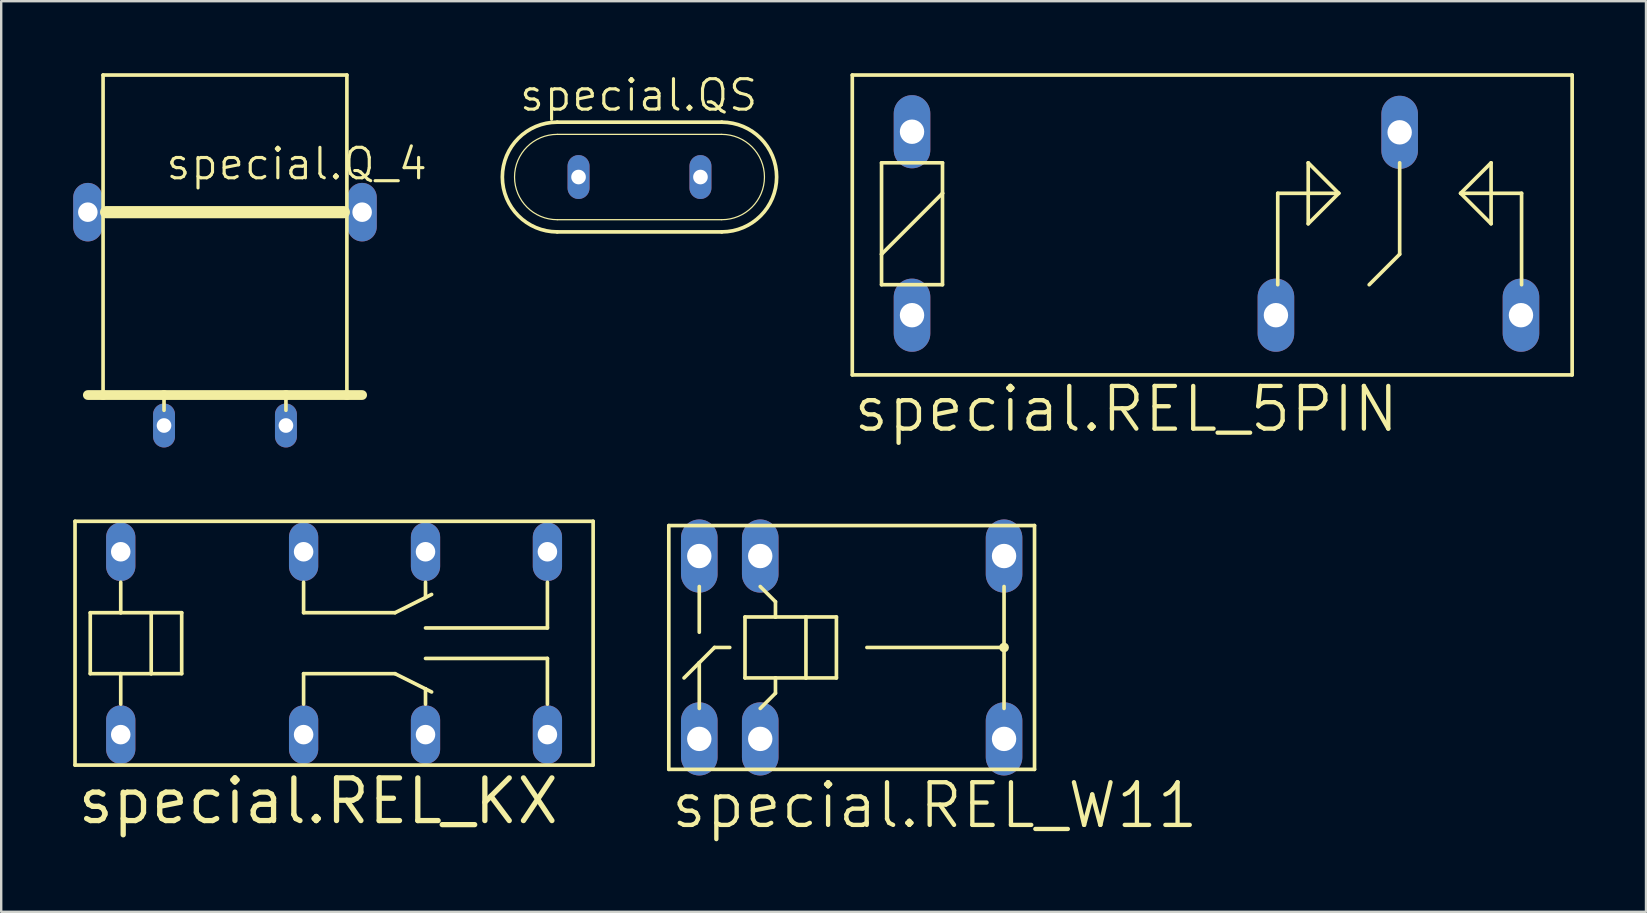
<source format=kicad_pcb>
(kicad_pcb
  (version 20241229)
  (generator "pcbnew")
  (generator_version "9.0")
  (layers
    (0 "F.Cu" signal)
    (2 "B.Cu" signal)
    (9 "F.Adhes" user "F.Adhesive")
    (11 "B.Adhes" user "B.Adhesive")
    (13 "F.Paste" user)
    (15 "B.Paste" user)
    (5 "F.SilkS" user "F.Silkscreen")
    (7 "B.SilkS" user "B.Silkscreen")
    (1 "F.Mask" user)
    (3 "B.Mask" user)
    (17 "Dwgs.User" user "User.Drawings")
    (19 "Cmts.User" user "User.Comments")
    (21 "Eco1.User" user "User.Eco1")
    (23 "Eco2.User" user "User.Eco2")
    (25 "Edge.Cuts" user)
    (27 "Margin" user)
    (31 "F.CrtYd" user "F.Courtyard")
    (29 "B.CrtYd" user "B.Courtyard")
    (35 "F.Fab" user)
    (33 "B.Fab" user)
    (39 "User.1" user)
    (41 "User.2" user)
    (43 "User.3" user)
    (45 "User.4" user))
  (footprint "special.Q_4"
    (layer "F.Cu")
    (at 6.325 7.061)
    (property "Reference" "special.Q_4" (at -2.54 -2.54 0) (layer "F.SilkS") (effects (font (size 1.27 1.27) (thickness 0.13)) (justify left bottom)))
    (attr through_hole)
    (fp_line (start -5.08 6.35) (end -5.715 6.35) (stroke (width 0.406) (type default)) (layer "F.SilkS"))
    (fp_line (start -5.08 6.35) (end -5.08 -6.985) (stroke (width 0.152) (type default)) (layer "F.SilkS"))
    (fp_line (start -4.953 -1.27) (end 4.953 -1.27) (stroke (width 0.508) (type default)) (layer "F.SilkS"))
    (fp_line (start -2.54 6.35) (end -5.08 6.35) (stroke (width 0.406) (type default)) (layer "F.SilkS"))
    (fp_line (start -2.54 6.35) (end -2.54 6.985) (stroke (width 0.152) (type default)) (layer "F.SilkS"))
    (fp_line (start 2.54 6.35) (end -2.54 6.35) (stroke (width 0.406) (type default)) (layer "F.SilkS"))
    (fp_line (start 2.54 6.35) (end 2.54 6.985) (stroke (width 0.152) (type default)) (layer "F.SilkS"))
    (fp_line (start 5.08 -6.985) (end -5.08 -6.985) (stroke (width 0.152) (type default)) (layer "F.SilkS"))
    (fp_line (start 5.08 6.35) (end 2.54 6.35) (stroke (width 0.406) (type default)) (layer "F.SilkS"))
    (fp_line (start 5.08 6.35) (end 5.08 -6.985) (stroke (width 0.152) (type default)) (layer "F.SilkS"))
    (fp_line (start 5.715 6.35) (end 5.08 6.35) (stroke (width 0.406) (type default)) (layer "F.SilkS"))
    (pad "1" thru_hole oval (at -2.54 7.62 90) (size 1.829 0.914) (drill 0.61) (layers "*.Cu" "*.Mask"))
    (pad "2" thru_hole oval (at 2.54 7.62 90) (size 1.829 0.914) (drill 0.61) (layers "*.Cu" "*.Mask"))
    (pad "3" thru_hole oval (at -5.715 -1.27 90) (size 2.438 1.219) (drill 0.813) (layers "*.Cu" "*.Mask"))
    (pad "4" thru_hole oval (at 5.715 -1.27 90) (size 2.438 1.219) (drill 0.813) (layers "*.Cu" "*.Mask")))
  (footprint "special.REL_5PIN"
    (layer "F.Cu")
    (at 46.384 6.274)
    (property "Reference" "special.REL_5PIN" (at -13.97 8.763 0) (layer "F.SilkS") (effects (font (size 1.778 1.778) (thickness 0.18)) (justify left bottom)))
    (attr through_hole)
    (fp_line (start -13.919 -6.198) (end -13.919 6.299) (stroke (width 0.152) (type default)) (layer "F.SilkS"))
    (fp_line (start -13.919 -6.198) (end 16.078 -6.198) (stroke (width 0.152) (type default)) (layer "F.SilkS"))
    (fp_line (start -12.7 -2.54) (end -10.16 -2.54) (stroke (width 0.152) (type default)) (layer "F.SilkS"))
    (fp_line (start -12.7 1.27) (end -12.7 -2.54) (stroke (width 0.152) (type default)) (layer "F.SilkS"))
    (fp_line (start -12.7 1.27) (end -10.16 -1.27) (stroke (width 0.152) (type default)) (layer "F.SilkS"))
    (fp_line (start -12.7 2.54) (end -12.7 1.27) (stroke (width 0.152) (type default)) (layer "F.SilkS"))
    (fp_line (start -10.16 -2.54) (end -10.16 -1.27) (stroke (width 0.152) (type default)) (layer "F.SilkS"))
    (fp_line (start -10.16 -1.27) (end -10.16 2.54) (stroke (width 0.152) (type default)) (layer "F.SilkS"))
    (fp_line (start -10.16 2.54) (end -12.7 2.54) (stroke (width 0.152) (type default)) (layer "F.SilkS"))
    (fp_line (start 3.81 -1.27) (end 6.35 -1.27) (stroke (width 0.152) (type default)) (layer "F.SilkS"))
    (fp_line (start 3.81 2.54) (end 3.81 -1.27) (stroke (width 0.152) (type default)) (layer "F.SilkS"))
    (fp_line (start 5.08 -2.54) (end 5.08 0) (stroke (width 0.152) (type default)) (layer "F.SilkS"))
    (fp_line (start 5.08 0) (end 6.35 -1.27) (stroke (width 0.152) (type default)) (layer "F.SilkS"))
    (fp_line (start 6.35 -1.27) (end 5.08 -2.54) (stroke (width 0.152) (type default)) (layer "F.SilkS"))
    (fp_line (start 8.89 -2.54) (end 8.89 1.27) (stroke (width 0.152) (type default)) (layer "F.SilkS"))
    (fp_line (start 8.89 1.27) (end 7.62 2.54) (stroke (width 0.152) (type default)) (layer "F.SilkS"))
    (fp_line (start 11.43 -1.27) (end 12.7 -2.54) (stroke (width 0.152) (type default)) (layer "F.SilkS"))
    (fp_line (start 12.7 -2.54) (end 12.7 0) (stroke (width 0.152) (type default)) (layer "F.SilkS"))
    (fp_line (start 12.7 0) (end 11.43 -1.27) (stroke (width 0.152) (type default)) (layer "F.SilkS"))
    (fp_line (start 13.97 -1.27) (end 11.43 -1.27) (stroke (width 0.152) (type default)) (layer "F.SilkS"))
    (fp_line (start 13.97 2.54) (end 13.97 -1.27) (stroke (width 0.152) (type default)) (layer "F.SilkS"))
    (fp_line (start 16.078 -6.198) (end 16.078 6.299) (stroke (width 0.152) (type default)) (layer "F.SilkS"))
    (fp_line (start 16.078 6.299) (end -13.919 6.299) (stroke (width 0.152) (type default)) (layer "F.SilkS"))
    (pad "C" thru_hole oval (at 8.89 -3.81 90) (size 3.048 1.524) (drill 1.016) (layers "*.Cu" "*.Mask"))
    (pad "O" thru_hole oval (at 13.945 3.81 90) (size 3.048 1.524) (drill 1.016) (layers "*.Cu" "*.Mask"))
    (pad "S" thru_hole oval (at 3.734 3.81 90) (size 3.048 1.524) (drill 1.016) (layers "*.Cu" "*.Mask"))
    (pad "S1" thru_hole oval (at -11.43 3.81 90) (size 3.048 1.524) (drill 1.016) (layers "*.Cu" "*.Mask"))
    (pad "S2" thru_hole oval (at -11.43 -3.835 90) (size 3.048 1.524) (drill 1.016) (layers "*.Cu" "*.Mask")))
  (footprint "special.QS"
    (layer "F.Cu")
    (at 23.598 4.327)
    (property "Reference" "special.QS" (at -5.08 -2.667 0) (layer "F.SilkS") (effects (font (size 1.27 1.27) (thickness 0.13)) (justify left bottom)))
    (attr through_hole)
    (fp_line (start -3.429 1.778) (end 3.429 1.778) (stroke (width 0.051) (type default)) (layer "F.SilkS"))
    (fp_line (start -3.429 2.286) (end 3.429 2.286) (stroke (width 0.152) (type default)) (layer "F.SilkS"))
    (fp_line (start 3.429 -2.286) (end -3.429 -2.286) (stroke (width 0.152) (type default)) (layer "F.SilkS"))
    (fp_line (start 3.429 -1.778) (end -3.429 -1.778) (stroke (width 0.051) (type default)) (layer "F.SilkS"))
    (fp_arc (start -3.429 1.778) (mid -5.207 0) (end -3.429 -1.778) (stroke (width 0.0508) (type default)) (layer "F.SilkS"))
    (fp_arc (start -3.429 2.286) (mid -5.715 0) (end -3.429 -2.286) (stroke (width 0.1524) (type default)) (layer "F.SilkS"))
    (fp_arc (start 3.429 -2.286) (mid 5.715 0) (end 3.429 2.286) (stroke (width 0.1524) (type default)) (layer "F.SilkS"))
    (fp_arc (start 3.429 -1.778) (mid 5.207 0) (end 3.429 1.778) (stroke (width 0.0508) (type default)) (layer "F.SilkS"))
    (pad "1" thru_hole oval (at -2.54 0 90) (size 1.829 0.914) (drill 0.61) (layers "*.Cu" "*.Mask"))
    (pad "2" thru_hole oval (at 2.54 0 90) (size 1.829 0.914) (drill 0.61) (layers "*.Cu" "*.Mask")))
  (footprint "special.REL_KX"
    (layer "F.Cu")
    (at 10.871 23.752)
    (property "Reference" "special.REL_KX" (at -10.795 7.62 0) (layer "F.SilkS") (effects (font (size 1.778 1.778) (thickness 0.22)) (justify left bottom)))
    (attr through_hole)
    (fp_line (start -10.795 -5.08) (end -10.795 5.08) (stroke (width 0.152) (type default)) (layer "F.SilkS"))
    (fp_line (start -10.795 5.08) (end 10.795 5.08) (stroke (width 0.152) (type default)) (layer "F.SilkS"))
    (fp_line (start -10.16 -1.27) (end -10.16 1.27) (stroke (width 0.152) (type default)) (layer "F.SilkS"))
    (fp_line (start -10.16 1.27) (end -8.89 1.27) (stroke (width 0.152) (type default)) (layer "F.SilkS"))
    (fp_line (start -8.89 -2.54) (end -8.89 -1.27) (stroke (width 0.152) (type default)) (layer "F.SilkS"))
    (fp_line (start -8.89 -1.27) (end -10.16 -1.27) (stroke (width 0.152) (type default)) (layer "F.SilkS"))
    (fp_line (start -8.89 1.27) (end -7.62 1.27) (stroke (width 0.152) (type default)) (layer "F.SilkS"))
    (fp_line (start -8.89 2.54) (end -8.89 1.27) (stroke (width 0.152) (type default)) (layer "F.SilkS"))
    (fp_line (start -7.62 -1.27) (end -8.89 -1.27) (stroke (width 0.152) (type default)) (layer "F.SilkS"))
    (fp_line (start -7.62 -1.27) (end -7.62 1.27) (stroke (width 0.152) (type default)) (layer "F.SilkS"))
    (fp_line (start -7.62 1.27) (end -6.35 1.27) (stroke (width 0.152) (type default)) (layer "F.SilkS"))
    (fp_line (start -6.35 -1.27) (end -7.62 -1.27) (stroke (width 0.152) (type default)) (layer "F.SilkS"))
    (fp_line (start -6.35 1.27) (end -6.35 -1.27) (stroke (width 0.152) (type default)) (layer "F.SilkS"))
    (fp_line (start -1.27 -2.54) (end -1.27 -1.27) (stroke (width 0.152) (type default)) (layer "F.SilkS"))
    (fp_line (start -1.27 -1.27) (end 2.54 -1.27) (stroke (width 0.152) (type default)) (layer "F.SilkS"))
    (fp_line (start -1.27 1.27) (end 2.54 1.27) (stroke (width 0.152) (type default)) (layer "F.SilkS"))
    (fp_line (start -1.27 2.54) (end -1.27 1.27) (stroke (width 0.152) (type default)) (layer "F.SilkS"))
    (fp_line (start 2.54 -1.27) (end 3.81 -1.905) (stroke (width 0.152) (type default)) (layer "F.SilkS"))
    (fp_line (start 2.54 1.27) (end 3.81 1.905) (stroke (width 0.152) (type default)) (layer "F.SilkS"))
    (fp_line (start 3.81 -1.905) (end 3.81 -2.54) (stroke (width 0.152) (type default)) (layer "F.SilkS"))
    (fp_line (start 3.81 -1.905) (end 4.064 -2.032) (stroke (width 0.152) (type default)) (layer "F.SilkS"))
    (fp_line (start 3.81 -0.635) (end 8.89 -0.635) (stroke (width 0.152) (type default)) (layer "F.SilkS"))
    (fp_line (start 3.81 0.635) (end 8.89 0.635) (stroke (width 0.152) (type default)) (layer "F.SilkS"))
    (fp_line (start 3.81 1.905) (end 3.81 2.54) (stroke (width 0.152) (type default)) (layer "F.SilkS"))
    (fp_line (start 3.81 1.905) (end 4.064 2.032) (stroke (width 0.152) (type default)) (layer "F.SilkS"))
    (fp_line (start 8.89 -0.635) (end 8.89 -2.54) (stroke (width 0.152) (type default)) (layer "F.SilkS"))
    (fp_line (start 8.89 0.635) (end 8.89 2.54) (stroke (width 0.152) (type default)) (layer "F.SilkS"))
    (fp_line (start 10.795 -5.08) (end -10.795 -5.08) (stroke (width 0.152) (type default)) (layer "F.SilkS"))
    (fp_line (start 10.795 5.08) (end 10.795 -5.08) (stroke (width 0.152) (type default)) (layer "F.SilkS"))
    (pad "1" thru_hole oval (at -8.89 3.81 90) (size 2.438 1.219) (drill 0.813) (layers "*.Cu" "*.Mask"))
    (pad "4" thru_hole oval (at -1.27 3.81 90) (size 2.438 1.219) (drill 0.813) (layers "*.Cu" "*.Mask"))
    (pad "6" thru_hole oval (at 3.81 3.81 90) (size 2.438 1.219) (drill 0.813) (layers "*.Cu" "*.Mask"))
    (pad "8" thru_hole oval (at 8.89 3.81 90) (size 2.438 1.219) (drill 0.813) (layers "*.Cu" "*.Mask"))
    (pad "9" thru_hole oval (at 8.89 -3.81 90) (size 2.438 1.219) (drill 0.813) (layers "*.Cu" "*.Mask"))
    (pad "11" thru_hole oval (at 3.81 -3.81 90) (size 2.438 1.219) (drill 0.813) (layers "*.Cu" "*.Mask"))
    (pad "13" thru_hole oval (at -1.27 -3.81 90) (size 2.438 1.219) (drill 0.813) (layers "*.Cu" "*.Mask"))
    (pad "16" thru_hole oval (at -8.89 -3.81 90) (size 2.438 1.219) (drill 0.813) (layers "*.Cu" "*.Mask")))
  (footprint "special.REL_W11"
    (layer "F.Cu")
    (at 32.439 23.93)
    (property "Reference" "special.REL_W11" (at -7.62 7.62 0) (layer "F.SilkS") (effects (font (size 1.778 1.778) (thickness 0.18)) (justify left bottom)))
    (attr through_hole)
    (fp_line (start -7.62 5.08) (end -7.62 -5.08) (stroke (width 0.152) (type default)) (layer "F.SilkS"))
    (fp_line (start -7.62 5.08) (end 7.62 5.08) (stroke (width 0.152) (type default)) (layer "F.SilkS"))
    (fp_line (start -6.35 -2.54) (end -6.35 -0.635) (stroke (width 0.152) (type default)) (layer "F.SilkS"))
    (fp_line (start -6.35 0.635) (end -6.985 1.27) (stroke (width 0.152) (type default)) (layer "F.SilkS"))
    (fp_line (start -6.35 0.635) (end -6.35 2.54) (stroke (width 0.152) (type default)) (layer "F.SilkS"))
    (fp_line (start -5.715 0) (end -6.35 0.635) (stroke (width 0.152) (type default)) (layer "F.SilkS"))
    (fp_line (start -5.715 0) (end -5.08 0) (stroke (width 0.152) (type default)) (layer "F.SilkS"))
    (fp_line (start -4.445 -1.27) (end -4.445 1.27) (stroke (width 0.152) (type default)) (layer "F.SilkS"))
    (fp_line (start -4.445 1.27) (end -3.175 1.27) (stroke (width 0.152) (type default)) (layer "F.SilkS"))
    (fp_line (start -3.81 -2.54) (end -3.175 -1.905) (stroke (width 0.152) (type default)) (layer "F.SilkS"))
    (fp_line (start -3.81 2.54) (end -3.175 1.905) (stroke (width 0.152) (type default)) (layer "F.SilkS"))
    (fp_line (start -3.175 -1.905) (end -3.175 -1.27) (stroke (width 0.152) (type default)) (layer "F.SilkS"))
    (fp_line (start -3.175 -1.27) (end -4.445 -1.27) (stroke (width 0.152) (type default)) (layer "F.SilkS"))
    (fp_line (start -3.175 1.27) (end -1.905 1.27) (stroke (width 0.152) (type default)) (layer "F.SilkS"))
    (fp_line (start -3.175 1.905) (end -3.175 1.27) (stroke (width 0.152) (type default)) (layer "F.SilkS"))
    (fp_line (start -1.905 -1.27) (end -3.175 -1.27) (stroke (width 0.152) (type default)) (layer "F.SilkS"))
    (fp_line (start -1.905 -1.27) (end -1.905 1.27) (stroke (width 0.152) (type default)) (layer "F.SilkS"))
    (fp_line (start -1.905 1.27) (end -0.635 1.27) (stroke (width 0.152) (type default)) (layer "F.SilkS"))
    (fp_line (start -0.635 -1.27) (end -1.905 -1.27) (stroke (width 0.152) (type default)) (layer "F.SilkS"))
    (fp_line (start -0.635 1.27) (end -0.635 -1.27) (stroke (width 0.152) (type default)) (layer "F.SilkS"))
    (fp_line (start 6.35 -2.54) (end 6.35 0) (stroke (width 0.152) (type default)) (layer "F.SilkS"))
    (fp_line (start 6.35 0) (end 0.635 0) (stroke (width 0.152) (type default)) (layer "F.SilkS"))
    (fp_line (start 6.35 0) (end 6.35 2.54) (stroke (width 0.152) (type default)) (layer "F.SilkS"))
    (fp_line (start 7.62 -5.08) (end -7.62 -5.08) (stroke (width 0.152) (type default)) (layer "F.SilkS"))
    (fp_line (start 7.62 -5.08) (end 7.62 5.08) (stroke (width 0.152) (type default)) (layer "F.SilkS"))
    (fp_circle (center 6.35 0) (end 6.477 0) (stroke (width 0.152) (type default)) (fill no) (layer "F.SilkS"))
    (pad "1" thru_hole oval (at -6.35 3.81 90) (size 3.048 1.524) (drill 1.016) (layers "*.Cu" "*.Mask"))
    (pad "2" thru_hole oval (at -3.81 3.81 90) (size 3.048 1.524) (drill 1.016) (layers "*.Cu" "*.Mask"))
    (pad "6" thru_hole oval (at 6.35 3.81 90) (size 3.048 1.524) (drill 1.016) (layers "*.Cu" "*.Mask"))
    (pad "7" thru_hole oval (at 6.35 -3.81 90) (size 3.048 1.524) (drill 1.016) (layers "*.Cu" "*.Mask"))
    (pad "11" thru_hole oval (at -3.81 -3.81 90) (size 3.048 1.524) (drill 1.016) (layers "*.Cu" "*.Mask"))
    (pad "12" thru_hole oval (at -6.35 -3.81 90) (size 3.048 1.524) (drill 1.016) (layers "*.Cu" "*.Mask")))
  (gr_rect
    (start -3 -3)
    (end 65.539 34.944)
    (stroke (width 0.1) (type default))
    (fill no)
    (layer "Edge.Cuts")))
</source>
